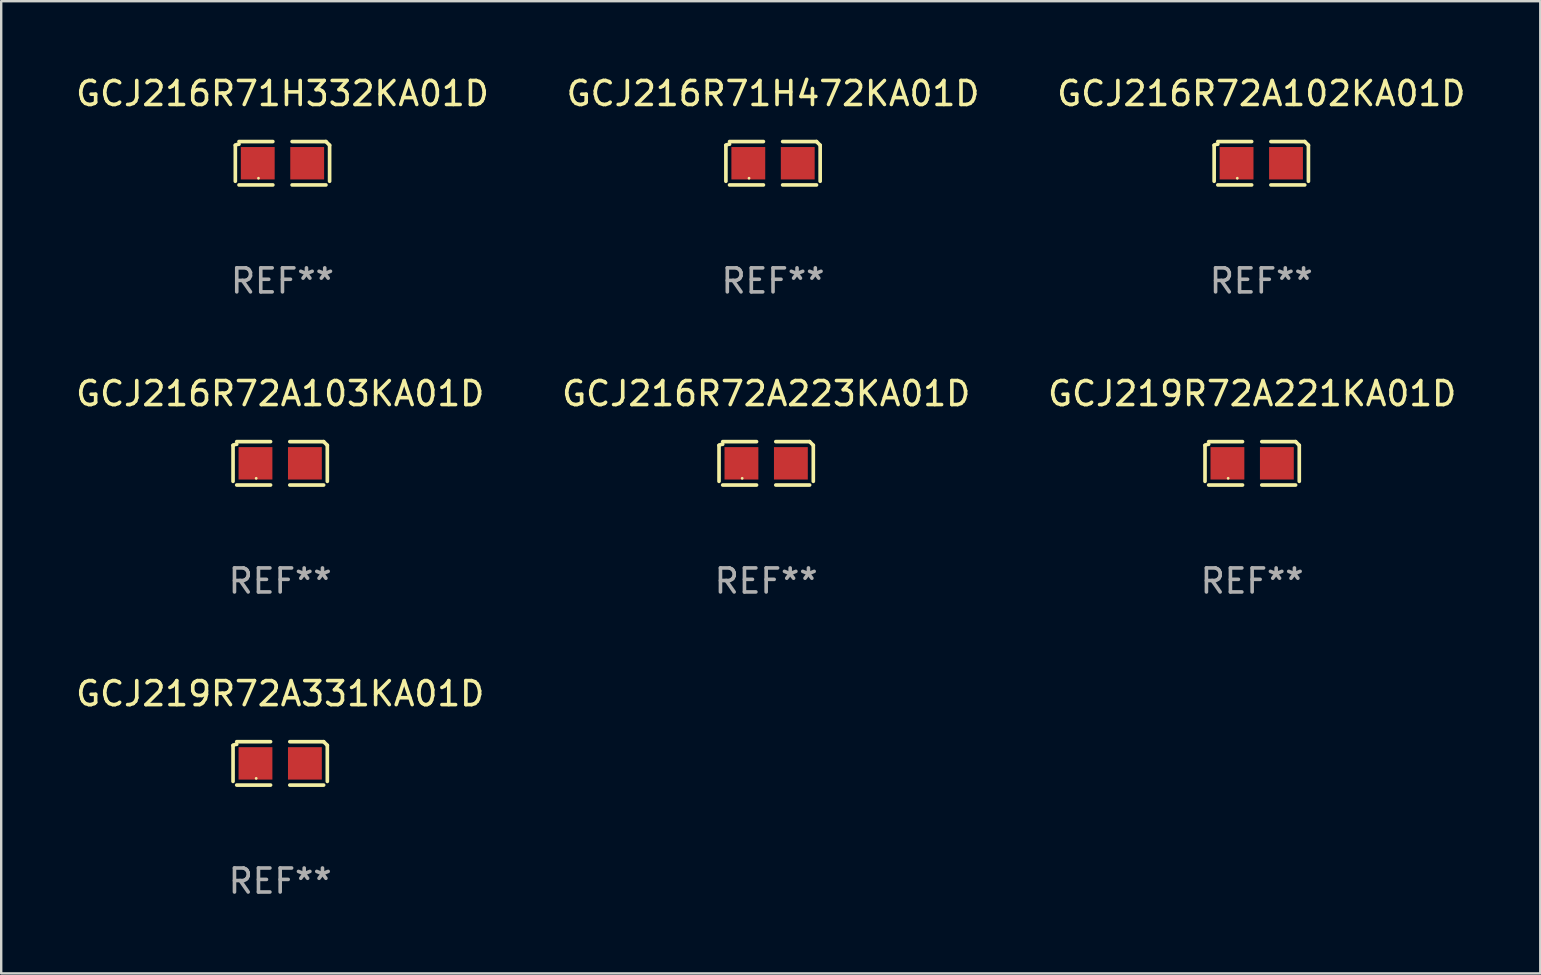
<source format=kicad_pcb>
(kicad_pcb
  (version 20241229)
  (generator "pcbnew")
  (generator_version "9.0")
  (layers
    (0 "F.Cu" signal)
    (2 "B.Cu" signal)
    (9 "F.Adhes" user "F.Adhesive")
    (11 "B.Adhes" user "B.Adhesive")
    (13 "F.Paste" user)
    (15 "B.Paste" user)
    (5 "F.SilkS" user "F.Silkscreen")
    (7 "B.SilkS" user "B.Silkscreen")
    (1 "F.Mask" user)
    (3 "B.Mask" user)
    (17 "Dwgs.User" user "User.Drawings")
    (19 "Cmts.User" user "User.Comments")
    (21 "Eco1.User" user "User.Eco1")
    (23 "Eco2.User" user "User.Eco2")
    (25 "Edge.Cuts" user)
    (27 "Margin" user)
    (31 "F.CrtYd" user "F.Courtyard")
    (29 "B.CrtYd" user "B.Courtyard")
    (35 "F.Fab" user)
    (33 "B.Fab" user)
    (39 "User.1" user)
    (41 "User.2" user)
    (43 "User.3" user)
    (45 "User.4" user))
  (footprint "GCJ216R72A102KA01D"
    (layer "F.Cu")
    (at 49.506 3.752)
    (property "Reference" "GCJ216R72A102KA01D" (at 0 -2.904 0) (layer "F.SilkS") (effects (font (size 1 1) (thickness 0.15))))
    (attr through_hole)
    (fp_line (start -1.964 0.751) (end -1.964 -0.751) (stroke (width 0.152) (type solid)) (layer "F.SilkS"))
    (fp_line (start -1.811 -0.904) (end -0.401 -0.904) (stroke (width 0.152) (type solid)) (layer "F.SilkS"))
    (fp_line (start -0.401 0.904) (end -1.811 0.904) (stroke (width 0.152) (type solid)) (layer "F.SilkS"))
    (fp_line (start 0.401 0.904) (end 1.811 0.904) (stroke (width 0.152) (type solid)) (layer "F.SilkS"))
    (fp_line (start 1.811 -0.904) (end 0.401 -0.904) (stroke (width 0.152) (type solid)) (layer "F.SilkS"))
    (fp_line (start 1.964 0.751) (end 1.964 -0.751) (stroke (width 0.152) (type solid)) (layer "F.SilkS"))
    (fp_arc (start -1.963602 -0.751207) (mid -1.890354 -0.783131) (end -1.811201 -0.794044) (stroke (width 0.1524) (type solid)) (layer "F.SilkS"))
    (fp_arc (start 1.811202 -0.903607) (mid 1.887413 -0.827418) (end 1.963602 -0.751207) (stroke (width 0.1524) (type solid)) (layer "F.SilkS"))
    (fp_circle (center -1 0.625) (end -0.97 0.625) (stroke (width 0.06) (type solid)) (fill no) (layer "F.SilkS"))
    (fp_text user "REF**" (at 0 4.904 0) (layer "F.Fab") (effects (font (size 1 1) (thickness 0.15))))
    (pad "1" smd rect (at -1.03 0) (size 1.41 1.35) (layers "F.Cu" "F.Mask" "F.Paste"))
    (pad "2" smd rect (at 1.03 0) (size 1.41 1.35) (layers "F.Cu" "F.Mask" "F.Paste")))
  (footprint "GCJ219R72A221KA01D"
    (layer "F.Cu")
    (at 49.125 16.256)
    (property "Reference" "GCJ219R72A221KA01D" (at 0 -2.904 0) (layer "F.SilkS") (effects (font (size 1 1) (thickness 0.15))))
    (attr through_hole)
    (fp_line (start -1.964 0.751) (end -1.964 -0.751) (stroke (width 0.152) (type solid)) (layer "F.SilkS"))
    (fp_line (start -1.811 -0.904) (end -0.401 -0.904) (stroke (width 0.152) (type solid)) (layer "F.SilkS"))
    (fp_line (start -0.401 0.904) (end -1.811 0.904) (stroke (width 0.152) (type solid)) (layer "F.SilkS"))
    (fp_line (start 0.401 0.904) (end 1.811 0.904) (stroke (width 0.152) (type solid)) (layer "F.SilkS"))
    (fp_line (start 1.811 -0.904) (end 0.401 -0.904) (stroke (width 0.152) (type solid)) (layer "F.SilkS"))
    (fp_line (start 1.964 0.751) (end 1.964 -0.751) (stroke (width 0.152) (type solid)) (layer "F.SilkS"))
    (fp_arc (start -1.963602 -0.751207) (mid -1.890354 -0.783131) (end -1.811201 -0.794044) (stroke (width 0.1524) (type solid)) (layer "F.SilkS"))
    (fp_arc (start 1.811202 -0.903607) (mid 1.887413 -0.827418) (end 1.963602 -0.751207) (stroke (width 0.1524) (type solid)) (layer "F.SilkS"))
    (fp_circle (center -1 0.625) (end -0.97 0.625) (stroke (width 0.06) (type solid)) (fill no) (layer "F.SilkS"))
    (fp_text user "REF**" (at 0 4.904 0) (layer "F.Fab") (effects (font (size 1 1) (thickness 0.15))))
    (pad "1" smd rect (at -1.03 0) (size 1.41 1.35) (layers "F.Cu" "F.Mask" "F.Paste"))
    (pad "2" smd rect (at 1.03 0) (size 1.41 1.35) (layers "F.Cu" "F.Mask" "F.Paste")))
  (footprint "GCJ216R72A103KA01D"
    (layer "F.Cu")
    (at 8.625 16.256)
    (property "Reference" "GCJ216R72A103KA01D" (at 0 -2.904 0) (layer "F.SilkS") (effects (font (size 1 1) (thickness 0.15))))
    (attr through_hole)
    (fp_line (start -1.964 0.751) (end -1.964 -0.751) (stroke (width 0.152) (type solid)) (layer "F.SilkS"))
    (fp_line (start -1.811 -0.904) (end -0.401 -0.904) (stroke (width 0.152) (type solid)) (layer "F.SilkS"))
    (fp_line (start -0.401 0.904) (end -1.811 0.904) (stroke (width 0.152) (type solid)) (layer "F.SilkS"))
    (fp_line (start 0.401 0.904) (end 1.811 0.904) (stroke (width 0.152) (type solid)) (layer "F.SilkS"))
    (fp_line (start 1.811 -0.904) (end 0.401 -0.904) (stroke (width 0.152) (type solid)) (layer "F.SilkS"))
    (fp_line (start 1.964 0.751) (end 1.964 -0.751) (stroke (width 0.152) (type solid)) (layer "F.SilkS"))
    (fp_arc (start -1.963602 -0.751207) (mid -1.890354 -0.783131) (end -1.811201 -0.794044) (stroke (width 0.1524) (type solid)) (layer "F.SilkS"))
    (fp_arc (start 1.811202 -0.903607) (mid 1.887413 -0.827418) (end 1.963602 -0.751207) (stroke (width 0.1524) (type solid)) (layer "F.SilkS"))
    (fp_circle (center -1 0.625) (end -0.97 0.625) (stroke (width 0.06) (type solid)) (fill no) (layer "F.SilkS"))
    (fp_text user "REF**" (at 0 4.904 0) (layer "F.Fab") (effects (font (size 1 1) (thickness 0.15))))
    (pad "1" smd rect (at -1.03 0) (size 1.41 1.35) (layers "F.Cu" "F.Mask" "F.Paste"))
    (pad "2" smd rect (at 1.03 0) (size 1.41 1.35) (layers "F.Cu" "F.Mask" "F.Paste")))
  (footprint "GCJ219R72A331KA01D"
    (layer "F.Cu")
    (at 8.625 28.759)
    (property "Reference" "GCJ219R72A331KA01D" (at 0 -2.904 0) (layer "F.SilkS") (effects (font (size 1 1) (thickness 0.15))))
    (attr through_hole)
    (fp_line (start -1.964 0.751) (end -1.964 -0.751) (stroke (width 0.152) (type solid)) (layer "F.SilkS"))
    (fp_line (start -1.811 -0.904) (end -0.401 -0.904) (stroke (width 0.152) (type solid)) (layer "F.SilkS"))
    (fp_line (start -0.401 0.904) (end -1.811 0.904) (stroke (width 0.152) (type solid)) (layer "F.SilkS"))
    (fp_line (start 0.401 0.904) (end 1.811 0.904) (stroke (width 0.152) (type solid)) (layer "F.SilkS"))
    (fp_line (start 1.811 -0.904) (end 0.401 -0.904) (stroke (width 0.152) (type solid)) (layer "F.SilkS"))
    (fp_line (start 1.964 0.751) (end 1.964 -0.751) (stroke (width 0.152) (type solid)) (layer "F.SilkS"))
    (fp_arc (start -1.963602 -0.751207) (mid -1.890354 -0.783131) (end -1.811201 -0.794044) (stroke (width 0.1524) (type solid)) (layer "F.SilkS"))
    (fp_arc (start 1.811202 -0.903607) (mid 1.887413 -0.827418) (end 1.963602 -0.751207) (stroke (width 0.1524) (type solid)) (layer "F.SilkS"))
    (fp_circle (center -1 0.625) (end -0.97 0.625) (stroke (width 0.06) (type solid)) (fill no) (layer "F.SilkS"))
    (fp_text user "REF**" (at 0 4.904 0) (layer "F.Fab") (effects (font (size 1 1) (thickness 0.15))))
    (pad "1" smd rect (at -1.03 0) (size 1.41 1.35) (layers "F.Cu" "F.Mask" "F.Paste"))
    (pad "2" smd rect (at 1.03 0) (size 1.41 1.35) (layers "F.Cu" "F.Mask" "F.Paste")))
  (footprint "GCJ216R71H332KA01D"
    (layer "F.Cu")
    (at 8.72 3.752)
    (property "Reference" "GCJ216R71H332KA01D" (at 0 -2.904 0) (layer "F.SilkS") (effects (font (size 1 1) (thickness 0.15))))
    (attr through_hole)
    (fp_line (start -1.964 0.751) (end -1.964 -0.751) (stroke (width 0.152) (type solid)) (layer "F.SilkS"))
    (fp_line (start -1.811 -0.904) (end -0.401 -0.904) (stroke (width 0.152) (type solid)) (layer "F.SilkS"))
    (fp_line (start -0.401 0.904) (end -1.811 0.904) (stroke (width 0.152) (type solid)) (layer "F.SilkS"))
    (fp_line (start 0.401 0.904) (end 1.811 0.904) (stroke (width 0.152) (type solid)) (layer "F.SilkS"))
    (fp_line (start 1.811 -0.904) (end 0.401 -0.904) (stroke (width 0.152) (type solid)) (layer "F.SilkS"))
    (fp_line (start 1.964 0.751) (end 1.964 -0.751) (stroke (width 0.152) (type solid)) (layer "F.SilkS"))
    (fp_arc (start -1.963602 -0.751207) (mid -1.890354 -0.783131) (end -1.811201 -0.794044) (stroke (width 0.1524) (type solid)) (layer "F.SilkS"))
    (fp_arc (start 1.811202 -0.903607) (mid 1.887413 -0.827418) (end 1.963602 -0.751207) (stroke (width 0.1524) (type solid)) (layer "F.SilkS"))
    (fp_circle (center -1 0.625) (end -0.97 0.625) (stroke (width 0.06) (type solid)) (fill no) (layer "F.SilkS"))
    (fp_text user "REF**" (at 0 4.904 0) (layer "F.Fab") (effects (font (size 1 1) (thickness 0.15))))
    (pad "1" smd rect (at -1.03 0) (size 1.41 1.35) (layers "F.Cu" "F.Mask" "F.Paste"))
    (pad "2" smd rect (at 1.03 0) (size 1.41 1.35) (layers "F.Cu" "F.Mask" "F.Paste")))
  (footprint "GCJ216R71H472KA01D"
    (layer "F.Cu")
    (at 29.161 3.752)
    (property "Reference" "GCJ216R71H472KA01D" (at 0 -2.904 0) (layer "F.SilkS") (effects (font (size 1 1) (thickness 0.15))))
    (attr through_hole)
    (fp_line (start -1.964 0.751) (end -1.964 -0.751) (stroke (width 0.152) (type solid)) (layer "F.SilkS"))
    (fp_line (start -1.811 -0.904) (end -0.401 -0.904) (stroke (width 0.152) (type solid)) (layer "F.SilkS"))
    (fp_line (start -0.401 0.904) (end -1.811 0.904) (stroke (width 0.152) (type solid)) (layer "F.SilkS"))
    (fp_line (start 0.401 0.904) (end 1.811 0.904) (stroke (width 0.152) (type solid)) (layer "F.SilkS"))
    (fp_line (start 1.811 -0.904) (end 0.401 -0.904) (stroke (width 0.152) (type solid)) (layer "F.SilkS"))
    (fp_line (start 1.964 0.751) (end 1.964 -0.751) (stroke (width 0.152) (type solid)) (layer "F.SilkS"))
    (fp_arc (start -1.963602 -0.751207) (mid -1.890354 -0.783131) (end -1.811201 -0.794044) (stroke (width 0.1524) (type solid)) (layer "F.SilkS"))
    (fp_arc (start 1.811202 -0.903607) (mid 1.887413 -0.827418) (end 1.963602 -0.751207) (stroke (width 0.1524) (type solid)) (layer "F.SilkS"))
    (fp_circle (center -1 0.625) (end -0.97 0.625) (stroke (width 0.06) (type solid)) (fill no) (layer "F.SilkS"))
    (fp_text user "REF**" (at 0 4.904 0) (layer "F.Fab") (effects (font (size 1 1) (thickness 0.15))))
    (pad "1" smd rect (at -1.03 0) (size 1.41 1.35) (layers "F.Cu" "F.Mask" "F.Paste"))
    (pad "2" smd rect (at 1.03 0) (size 1.41 1.35) (layers "F.Cu" "F.Mask" "F.Paste")))
  (footprint "GCJ216R72A223KA01D"
    (layer "F.Cu")
    (at 28.875 16.256)
    (property "Reference" "GCJ216R72A223KA01D" (at 0 -2.904 0) (layer "F.SilkS") (effects (font (size 1 1) (thickness 0.15))))
    (attr through_hole)
    (fp_line (start -1.964 0.751) (end -1.964 -0.751) (stroke (width 0.152) (type solid)) (layer "F.SilkS"))
    (fp_line (start -1.811 -0.904) (end -0.401 -0.904) (stroke (width 0.152) (type solid)) (layer "F.SilkS"))
    (fp_line (start -0.401 0.904) (end -1.811 0.904) (stroke (width 0.152) (type solid)) (layer "F.SilkS"))
    (fp_line (start 0.401 0.904) (end 1.811 0.904) (stroke (width 0.152) (type solid)) (layer "F.SilkS"))
    (fp_line (start 1.811 -0.904) (end 0.401 -0.904) (stroke (width 0.152) (type solid)) (layer "F.SilkS"))
    (fp_line (start 1.964 0.751) (end 1.964 -0.751) (stroke (width 0.152) (type solid)) (layer "F.SilkS"))
    (fp_arc (start -1.963602 -0.751207) (mid -1.890354 -0.783131) (end -1.811201 -0.794044) (stroke (width 0.1524) (type solid)) (layer "F.SilkS"))
    (fp_arc (start 1.811202 -0.903607) (mid 1.887413 -0.827418) (end 1.963602 -0.751207) (stroke (width 0.1524) (type solid)) (layer "F.SilkS"))
    (fp_circle (center -1 0.625) (end -0.97 0.625) (stroke (width 0.06) (type solid)) (fill no) (layer "F.SilkS"))
    (fp_text user "REF**" (at 0 4.904 0) (layer "F.Fab") (effects (font (size 1 1) (thickness 0.15))))
    (pad "1" smd rect (at -1.03 0) (size 1.41 1.35) (layers "F.Cu" "F.Mask" "F.Paste"))
    (pad "2" smd rect (at 1.03 0) (size 1.41 1.35) (layers "F.Cu" "F.Mask" "F.Paste")))
  (gr_rect
    (start -3 -3)
    (end 61.131 37.511)
    (stroke (width 0.1) (type default))
    (fill no)
    (layer "Edge.Cuts")))
</source>
